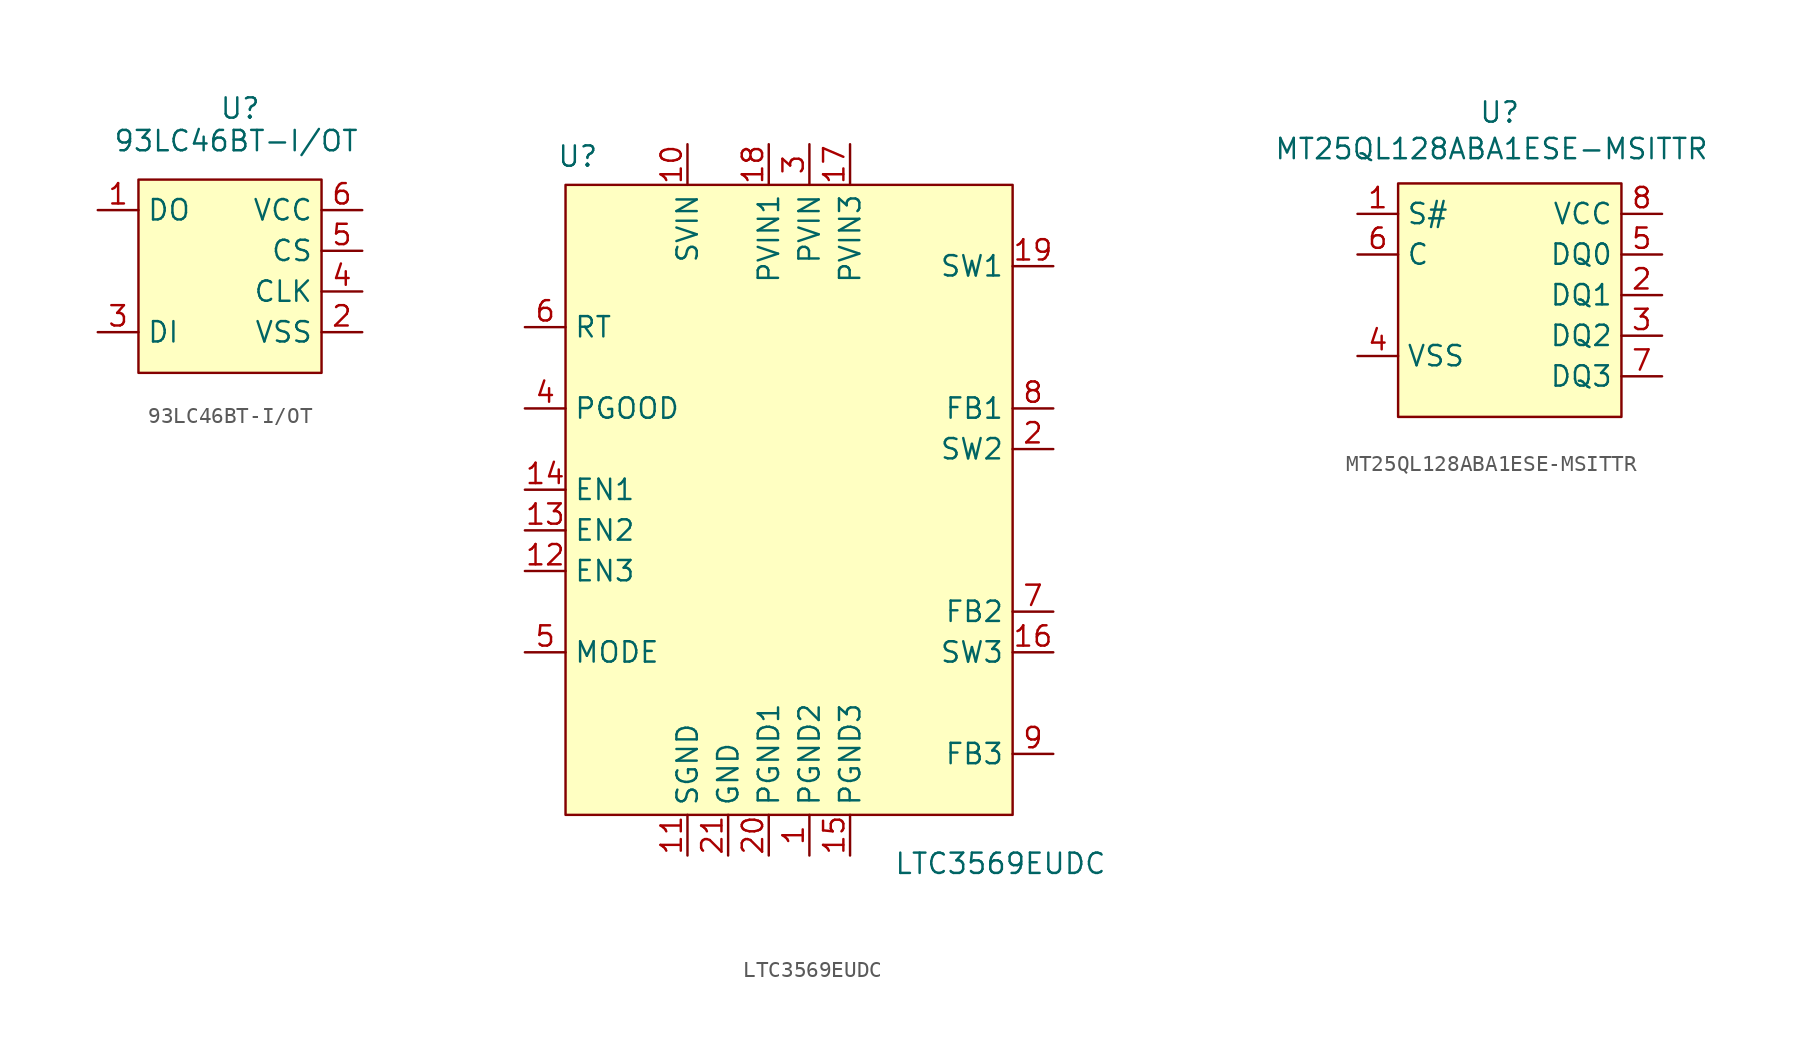
<source format=kicad_sym>
(kicad_symbol_lib
  (version 20241209)
  (generator "kicad_symbol_editor")
  (generator_version "9.0")
  (symbol "93LC46BT-I/OT"
    (property "Reference" "U"
      (at 0 0 0)
      (effects (font (size 1.27 1.27))))
    (property "Value" "93LC46BT-I/OT"
      (at -0.254 -2.032 0)
      (effects (font (size 1.27 1.27))))
    (symbol "93LC46BT-I/OT_1_1"
      (rectangle (start -6.35 -4.445) (end 5.08 -16.51) (stroke (width 0) (type solid)) (fill (type background)))
      (pin bidirectional line (at -8.89 -6.35 0) (length 2.54) (name "DO" (effects (font (size 1.27 1.27)))) (number "1" (effects (font (size 1.27 1.27)))))
      (pin bidirectional line (at -8.89 -13.97 0) (length 2.54) (name "DI" (effects (font (size 1.27 1.27)))) (number "3" (effects (font (size 1.27 1.27)))))
      (pin bidirectional line (at 7.62 -6.35 180) (length 2.54) (name "VCC" (effects (font (size 1.27 1.27)))) (number "6" (effects (font (size 1.27 1.27)))))
      (pin bidirectional line (at 7.62 -8.89 180) (length 2.54) (name "CS" (effects (font (size 1.27 1.27)))) (number "5" (effects (font (size 1.27 1.27)))))
      (pin bidirectional line (at 7.62 -11.43 180) (length 2.54) (name "CLK" (effects (font (size 1.27 1.27)))) (number "4" (effects (font (size 1.27 1.27)))))
      (pin bidirectional line (at 7.62 -13.97 180) (length 2.54) (name "VSS" (effects (font (size 1.27 1.27)))) (number "2" (effects (font (size 1.27 1.27)))))))
  (symbol "LTC3569EUDC"
    (property "Reference" "U"
      (at -8.128 -5.842 0)
      (effects (font (size 1.27 1.27))))
    (property "Value" "LTC3569EUDC"
      (at 18.288 -50.038 0)
      (effects (font (size 1.27 1.27))))
    (symbol "LTC3569EUDC_1_1"
      (rectangle (start -8.89 -7.62) (end 19.05 -46.99) (stroke (width 0) (type solid)) (fill (type background)))
      (pin passive line (at -11.43 -16.51 0) (length 2.54) (name "RT" (effects (font (size 1.27 1.27)))) (number "6" (effects (font (size 1.27 1.27)))))
      (pin passive line (at -11.43 -21.59 0) (length 2.54) (name "PGOOD" (effects (font (size 1.27 1.27)))) (number "4" (effects (font (size 1.27 1.27)))))
      (pin passive line (at -11.43 -26.67 0) (length 2.54) (name "EN1" (effects (font (size 1.27 1.27)))) (number "14" (effects (font (size 1.27 1.27)))))
      (pin passive line (at -11.43 -29.21 0) (length 2.54) (name "EN2" (effects (font (size 1.27 1.27)))) (number "13" (effects (font (size 1.27 1.27)))))
      (pin passive line (at -11.43 -31.75 0) (length 2.54) (name "EN3" (effects (font (size 1.27 1.27)))) (number "12" (effects (font (size 1.27 1.27)))))
      (pin passive line (at -11.43 -36.83 0) (length 2.54) (name "MODE" (effects (font (size 1.27 1.27)))) (number "5" (effects (font (size 1.27 1.27)))))
      (pin passive line (at -1.27 -5.08 270) (length 2.54) (name "SVIN" (effects (font (size 1.27 1.27)))) (number "10" (effects (font (size 1.27 1.27)))))
      (pin passive line (at -1.27 -49.53 90) (length 2.54) (name "SGND" (effects (font (size 1.27 1.27)))) (number "11" (effects (font (size 1.27 1.27)))))
      (pin passive line (at 1.27 -49.53 90) (length 2.54) (name "GND" (effects (font (size 1.27 1.27)))) (number "21" (effects (font (size 1.27 1.27)))))
      (pin passive line (at 3.81 -5.08 270) (length 2.54) (name "PVIN1" (effects (font (size 1.27 1.27)))) (number "18" (effects (font (size 1.27 1.27)))))
      (pin passive line (at 3.81 -49.53 90) (length 2.54) (name "PGND1" (effects (font (size 1.27 1.27)))) (number "20" (effects (font (size 1.27 1.27)))))
      (pin passive line (at 6.35 -5.08 270) (length 2.54) (name "PVIN" (effects (font (size 1.27 1.27)))) (number "3" (effects (font (size 1.27 1.27)))))
      (pin passive line (at 6.35 -49.53 90) (length 2.54) (name "PGND2" (effects (font (size 1.27 1.27)))) (number "1" (effects (font (size 1.27 1.27)))))
      (pin passive line (at 8.89 -5.08 270) (length 2.54) (name "PVIN3" (effects (font (size 1.27 1.27)))) (number "17" (effects (font (size 1.27 1.27)))))
      (pin passive line (at 8.89 -49.53 90) (length 2.54) (name "PGND3" (effects (font (size 1.27 1.27)))) (number "15" (effects (font (size 1.27 1.27)))))
      (pin passive line (at 21.59 -12.7 180) (length 2.54) (name "SW1" (effects (font (size 1.27 1.27)))) (number "19" (effects (font (size 1.27 1.27)))))
      (pin passive line (at 21.59 -21.59 180) (length 2.54) (name "FB1" (effects (font (size 1.27 1.27)))) (number "8" (effects (font (size 1.27 1.27)))))
      (pin passive line (at 21.59 -24.13 180) (length 2.54) (name "SW2" (effects (font (size 1.27 1.27)))) (number "2" (effects (font (size 1.27 1.27)))))
      (pin passive line (at 21.59 -34.29 180) (length 2.54) (name "FB2" (effects (font (size 1.27 1.27)))) (number "7" (effects (font (size 1.27 1.27)))))
      (pin passive line (at 21.59 -36.83 180) (length 2.54) (name "SW3" (effects (font (size 1.27 1.27)))) (number "16" (effects (font (size 1.27 1.27)))))
      (pin passive line (at 21.59 -43.18 180) (length 2.54) (name "FB3" (effects (font (size 1.27 1.27)))) (number "9" (effects (font (size 1.27 1.27)))))))
  (symbol "MT25QL128ABA1ESE-MSITTR"
    (property "Reference" "U"
      (at 0 0 0)
      (effects (font (size 1.27 1.27))))
    (property "Value" "MT25QL128ABA1ESE-MSITTR"
      (at -0.508 -2.286 0)
      (effects (font (size 1.27 1.27))))
    (symbol "MT25QL128ABA1ESE-MSITTR_1_1"
      (rectangle (start -6.35 -4.445) (end 7.62 -19.05) (stroke (width 0) (type solid)) (fill (type background)))
      (pin input line (at -8.89 -6.35 0) (length 2.54) (name "S#" (effects (font (size 1.27 1.27)))) (number "1" (effects (font (size 1.27 1.27)))))
      (pin input line (at -8.89 -8.89 0) (length 2.54) (name "C" (effects (font (size 1.27 1.27)))) (number "6" (effects (font (size 1.27 1.27)))))
      (pin input line (at -8.89 -15.24 0) (length 2.54) (name "VSS" (effects (font (size 1.27 1.27)))) (number "4" (effects (font (size 1.27 1.27)))))
      (pin input line (at 10.16 -6.35 180) (length 2.54) (name "VCC" (effects (font (size 1.27 1.27)))) (number "8" (effects (font (size 1.27 1.27)))))
      (pin input line (at 10.16 -8.89 180) (length 2.54) (name "DQ0" (effects (font (size 1.27 1.27)))) (number "5" (effects (font (size 1.27 1.27)))))
      (pin input line (at 10.16 -11.43 180) (length 2.54) (name "DQ1" (effects (font (size 1.27 1.27)))) (number "2" (effects (font (size 1.27 1.27)))))
      (pin input line (at 10.16 -13.97 180) (length 2.54) (name "DQ2" (effects (font (size 1.27 1.27)))) (number "3" (effects (font (size 1.27 1.27)))))
      (pin input line (at 10.16 -16.51 180) (length 2.54) (name "DQ3" (effects (font (size 1.27 1.27)))) (number "7" (effects (font (size 1.27 1.27))))))))
</source>
